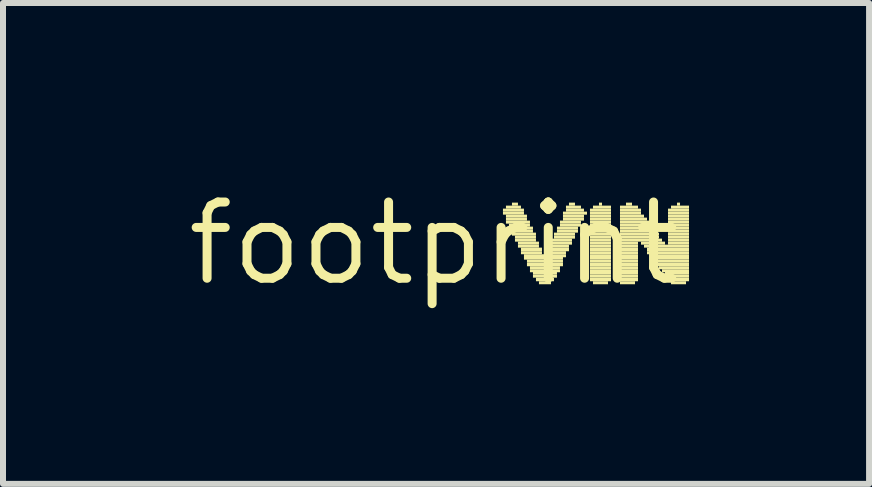
<source format=kicad_pcb>
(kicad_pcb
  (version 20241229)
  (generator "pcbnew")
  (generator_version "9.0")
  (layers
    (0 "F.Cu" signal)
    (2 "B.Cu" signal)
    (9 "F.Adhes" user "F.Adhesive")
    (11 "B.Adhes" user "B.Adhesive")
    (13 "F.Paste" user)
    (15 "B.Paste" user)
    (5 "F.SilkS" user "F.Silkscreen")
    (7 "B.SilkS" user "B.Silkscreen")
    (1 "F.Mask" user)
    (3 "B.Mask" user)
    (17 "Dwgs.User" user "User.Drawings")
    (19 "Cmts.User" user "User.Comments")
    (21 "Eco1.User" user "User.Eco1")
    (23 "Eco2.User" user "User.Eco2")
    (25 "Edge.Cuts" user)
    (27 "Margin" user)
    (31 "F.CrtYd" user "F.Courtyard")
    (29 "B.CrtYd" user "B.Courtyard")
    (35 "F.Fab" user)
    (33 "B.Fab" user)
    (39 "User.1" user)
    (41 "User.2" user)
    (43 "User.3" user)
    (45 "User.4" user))
  (footprint "footprint"
    (layer "F.Cu")
    (at 4.18 1.006)
    (property "Reference" "footprint" (at 0 0 0) (layer "F.SilkS") (effects (font (size 1.27 1.27) (thickness 0.15))))
    (fp_poly (pts (xy 1.15 -0.53) (xy 1.5 -0.53) (xy 1.5 -0.58) (xy 1.15 -0.58)) (stroke (width 0) (type solid)) (fill yes) (layer "F.SilkS"))
    (fp_poly (pts (xy 1.15 -0.48) (xy 1.5 -0.48) (xy 1.5 -0.53) (xy 1.15 -0.53)) (stroke (width 0) (type solid)) (fill yes) (layer "F.SilkS"))
    (fp_poly (pts (xy 1.2 -0.58) (xy 1.45 -0.58) (xy 1.45 -0.63) (xy 1.2 -0.63)) (stroke (width 0) (type solid)) (fill yes) (layer "F.SilkS"))
    (fp_poly (pts (xy 1.2 -0.43) (xy 1.55 -0.43) (xy 1.55 -0.48) (xy 1.2 -0.48)) (stroke (width 0) (type solid)) (fill yes) (layer "F.SilkS"))
    (fp_poly (pts (xy 1.2 -0.38) (xy 1.55 -0.38) (xy 1.55 -0.43) (xy 1.2 -0.43)) (stroke (width 0) (type solid)) (fill yes) (layer "F.SilkS"))
    (fp_poly (pts (xy 1.2 -0.33) (xy 1.6 -0.33) (xy 1.6 -0.38) (xy 1.2 -0.38)) (stroke (width 0) (type solid)) (fill yes) (layer "F.SilkS"))
    (fp_poly (pts (xy 1.25 -0.28) (xy 1.6 -0.28) (xy 1.6 -0.33) (xy 1.25 -0.33)) (stroke (width 0) (type solid)) (fill yes) (layer "F.SilkS"))
    (fp_poly (pts (xy 1.25 -0.23) (xy 1.65 -0.23) (xy 1.65 -0.28) (xy 1.25 -0.28)) (stroke (width 0) (type solid)) (fill yes) (layer "F.SilkS"))
    (fp_poly (pts (xy 1.3 -0.63) (xy 1.4 -0.63) (xy 1.4 -0.68) (xy 1.3 -0.68)) (stroke (width 0) (type solid)) (fill yes) (layer "F.SilkS"))
    (fp_poly (pts (xy 1.3 -0.18) (xy 1.65 -0.18) (xy 1.65 -0.23) (xy 1.3 -0.23)) (stroke (width 0) (type solid)) (fill yes) (layer "F.SilkS"))
    (fp_poly (pts (xy 1.3 -0.13) (xy 1.7 -0.13) (xy 1.7 -0.18) (xy 1.3 -0.18)) (stroke (width 0) (type solid)) (fill yes) (layer "F.SilkS"))
    (fp_poly (pts (xy 1.35 -0.08) (xy 1.7 -0.08) (xy 1.7 -0.13) (xy 1.35 -0.13)) (stroke (width 0) (type solid)) (fill yes) (layer "F.SilkS"))
    (fp_poly (pts (xy 1.35 -0.03) (xy 1.7 -0.03) (xy 1.7 -0.08) (xy 1.35 -0.08)) (stroke (width 0) (type solid)) (fill yes) (layer "F.SilkS"))
    (fp_poly (pts (xy 1.4 0.02) (xy 1.75 0.02) (xy 1.75 -0.03) (xy 1.4 -0.03)) (stroke (width 0) (type solid)) (fill yes) (layer "F.SilkS"))
    (fp_poly (pts (xy 1.4 0.07) (xy 1.75 0.07) (xy 1.75 0.02) (xy 1.4 0.02)) (stroke (width 0) (type solid)) (fill yes) (layer "F.SilkS"))
    (fp_poly (pts (xy 1.45 0.13) (xy 1.8 0.13) (xy 1.8 0.07) (xy 1.45 0.07)) (stroke (width 0) (type solid)) (fill yes) (layer "F.SilkS"))
    (fp_poly (pts (xy 1.45 0.18) (xy 1.8 0.18) (xy 1.8 0.13) (xy 1.45 0.13)) (stroke (width 0) (type solid)) (fill yes) (layer "F.SilkS"))
    (fp_poly (pts (xy 1.5 0.23) (xy 2.2 0.23) (xy 2.2 0.18) (xy 1.5 0.18)) (stroke (width 0) (type solid)) (fill yes) (layer "F.SilkS"))
    (fp_poly (pts (xy 1.5 0.27) (xy 2.15 0.27) (xy 2.15 0.22) (xy 1.5 0.22)) (stroke (width 0) (type solid)) (fill yes) (layer "F.SilkS"))
    (fp_poly (pts (xy 1.55 0.32) (xy 2.15 0.32) (xy 2.15 0.27) (xy 1.55 0.27)) (stroke (width 0) (type solid)) (fill yes) (layer "F.SilkS"))
    (fp_poly (pts (xy 1.55 0.38) (xy 2.15 0.38) (xy 2.15 0.32) (xy 1.55 0.32)) (stroke (width 0) (type solid)) (fill yes) (layer "F.SilkS"))
    (fp_poly (pts (xy 1.6 0.43) (xy 2.1 0.43) (xy 2.1 0.38) (xy 1.6 0.38)) (stroke (width 0) (type solid)) (fill yes) (layer "F.SilkS"))
    (fp_poly (pts (xy 1.6 0.48) (xy 2.1 0.48) (xy 2.1 0.43) (xy 1.6 0.43)) (stroke (width 0) (type solid)) (fill yes) (layer "F.SilkS"))
    (fp_poly (pts (xy 1.65 0.52) (xy 2.05 0.52) (xy 2.05 0.47) (xy 1.65 0.47)) (stroke (width 0) (type solid)) (fill yes) (layer "F.SilkS"))
    (fp_poly (pts (xy 1.65 0.57) (xy 2.05 0.57) (xy 2.05 0.52) (xy 1.65 0.52)) (stroke (width 0) (type solid)) (fill yes) (layer "F.SilkS"))
    (fp_poly (pts (xy 1.7 0.63) (xy 2 0.63) (xy 2 0.57) (xy 1.7 0.57)) (stroke (width 0) (type solid)) (fill yes) (layer "F.SilkS"))
    (fp_poly (pts (xy 1.75 0.68) (xy 1.95 0.68) (xy 1.95 0.63) (xy 1.75 0.63)) (stroke (width 0) (type solid)) (fill yes) (layer "F.SilkS"))
    (fp_poly (pts (xy 1.9 0.07) (xy 2.25 0.07) (xy 2.25 0.02) (xy 1.9 0.02)) (stroke (width 0) (type solid)) (fill yes) (layer "F.SilkS"))
    (fp_poly (pts (xy 1.9 0.13) (xy 2.25 0.13) (xy 2.25 0.07) (xy 1.9 0.07)) (stroke (width 0) (type solid)) (fill yes) (layer "F.SilkS"))
    (fp_poly (pts (xy 1.9 0.18) (xy 2.2 0.18) (xy 2.2 0.13) (xy 1.9 0.13)) (stroke (width 0) (type solid)) (fill yes) (layer "F.SilkS"))
    (fp_poly (pts (xy 1.95 -0.03) (xy 2.3 -0.03) (xy 2.3 -0.08) (xy 1.95 -0.08)) (stroke (width 0) (type solid)) (fill yes) (layer "F.SilkS"))
    (fp_poly (pts (xy 1.95 0.02) (xy 2.3 0.02) (xy 2.3 -0.03) (xy 1.95 -0.03)) (stroke (width 0) (type solid)) (fill yes) (layer "F.SilkS"))
    (fp_poly (pts (xy 2 -0.13) (xy 2.35 -0.13) (xy 2.35 -0.18) (xy 2 -0.18)) (stroke (width 0) (type solid)) (fill yes) (layer "F.SilkS"))
    (fp_poly (pts (xy 2 -0.08) (xy 2.35 -0.08) (xy 2.35 -0.13) (xy 2 -0.13)) (stroke (width 0) (type solid)) (fill yes) (layer "F.SilkS"))
    (fp_poly (pts (xy 2.05 -0.23) (xy 2.4 -0.23) (xy 2.4 -0.28) (xy 2.05 -0.28)) (stroke (width 0) (type solid)) (fill yes) (layer "F.SilkS"))
    (fp_poly (pts (xy 2.05 -0.18) (xy 2.4 -0.18) (xy 2.4 -0.23) (xy 2.05 -0.23)) (stroke (width 0) (type solid)) (fill yes) (layer "F.SilkS"))
    (fp_poly (pts (xy 2.1 -0.33) (xy 2.45 -0.33) (xy 2.45 -0.38) (xy 2.1 -0.38)) (stroke (width 0) (type solid)) (fill yes) (layer "F.SilkS"))
    (fp_poly (pts (xy 2.1 -0.28) (xy 2.45 -0.28) (xy 2.45 -0.33) (xy 2.1 -0.33)) (stroke (width 0) (type solid)) (fill yes) (layer "F.SilkS"))
    (fp_poly (pts (xy 2.15 -0.48) (xy 2.55 -0.48) (xy 2.55 -0.53) (xy 2.15 -0.53)) (stroke (width 0) (type solid)) (fill yes) (layer "F.SilkS"))
    (fp_poly (pts (xy 2.15 -0.43) (xy 2.5 -0.43) (xy 2.5 -0.48) (xy 2.15 -0.48)) (stroke (width 0) (type solid)) (fill yes) (layer "F.SilkS"))
    (fp_poly (pts (xy 2.15 -0.38) (xy 2.5 -0.38) (xy 2.5 -0.43) (xy 2.15 -0.43)) (stroke (width 0) (type solid)) (fill yes) (layer "F.SilkS"))
    (fp_poly (pts (xy 2.2 -0.58) (xy 2.45 -0.58) (xy 2.45 -0.63) (xy 2.2 -0.63)) (stroke (width 0) (type solid)) (fill yes) (layer "F.SilkS"))
    (fp_poly (pts (xy 2.2 -0.53) (xy 2.5 -0.53) (xy 2.5 -0.58) (xy 2.2 -0.58)) (stroke (width 0) (type solid)) (fill yes) (layer "F.SilkS"))
    (fp_poly (pts (xy 2.25 -0.63) (xy 2.35 -0.63) (xy 2.35 -0.68) (xy 2.25 -0.68)) (stroke (width 0) (type solid)) (fill yes) (layer "F.SilkS"))
    (fp_poly (pts (xy 2.6 -0.53) (xy 2.95 -0.53) (xy 2.95 -0.58) (xy 2.6 -0.58)) (stroke (width 0) (type solid)) (fill yes) (layer "F.SilkS"))
    (fp_poly (pts (xy 2.6 -0.48) (xy 2.95 -0.48) (xy 2.95 -0.53) (xy 2.6 -0.53)) (stroke (width 0) (type solid)) (fill yes) (layer "F.SilkS"))
    (fp_poly (pts (xy 2.6 -0.43) (xy 2.95 -0.43) (xy 2.95 -0.48) (xy 2.6 -0.48)) (stroke (width 0) (type solid)) (fill yes) (layer "F.SilkS"))
    (fp_poly (pts (xy 2.6 -0.38) (xy 2.95 -0.38) (xy 2.95 -0.43) (xy 2.6 -0.43)) (stroke (width 0) (type solid)) (fill yes) (layer "F.SilkS"))
    (fp_poly (pts (xy 2.6 -0.33) (xy 2.95 -0.33) (xy 2.95 -0.38) (xy 2.6 -0.38)) (stroke (width 0) (type solid)) (fill yes) (layer "F.SilkS"))
    (fp_poly (pts (xy 2.6 -0.28) (xy 2.95 -0.28) (xy 2.95 -0.33) (xy 2.6 -0.33)) (stroke (width 0) (type solid)) (fill yes) (layer "F.SilkS"))
    (fp_poly (pts (xy 2.6 -0.23) (xy 2.95 -0.23) (xy 2.95 -0.28) (xy 2.6 -0.28)) (stroke (width 0) (type solid)) (fill yes) (layer "F.SilkS"))
    (fp_poly (pts (xy 2.6 -0.18) (xy 2.95 -0.18) (xy 2.95 -0.23) (xy 2.6 -0.23)) (stroke (width 0) (type solid)) (fill yes) (layer "F.SilkS"))
    (fp_poly (pts (xy 2.6 -0.13) (xy 2.95 -0.13) (xy 2.95 -0.18) (xy 2.6 -0.18)) (stroke (width 0) (type solid)) (fill yes) (layer "F.SilkS"))
    (fp_poly (pts (xy 2.6 -0.08) (xy 2.95 -0.08) (xy 2.95 -0.13) (xy 2.6 -0.13)) (stroke (width 0) (type solid)) (fill yes) (layer "F.SilkS"))
    (fp_poly (pts (xy 2.6 -0.03) (xy 2.95 -0.03) (xy 2.95 -0.08) (xy 2.6 -0.08)) (stroke (width 0) (type solid)) (fill yes) (layer "F.SilkS"))
    (fp_poly (pts (xy 2.6 0.02) (xy 2.95 0.02) (xy 2.95 -0.03) (xy 2.6 -0.03)) (stroke (width 0) (type solid)) (fill yes) (layer "F.SilkS"))
    (fp_poly (pts (xy 2.6 0.07) (xy 2.95 0.07) (xy 2.95 0.02) (xy 2.6 0.02)) (stroke (width 0) (type solid)) (fill yes) (layer "F.SilkS"))
    (fp_poly (pts (xy 2.6 0.13) (xy 2.95 0.13) (xy 2.95 0.07) (xy 2.6 0.07)) (stroke (width 0) (type solid)) (fill yes) (layer "F.SilkS"))
    (fp_poly (pts (xy 2.6 0.18) (xy 2.95 0.18) (xy 2.95 0.13) (xy 2.6 0.13)) (stroke (width 0) (type solid)) (fill yes) (layer "F.SilkS"))
    (fp_poly (pts (xy 2.6 0.23) (xy 2.95 0.23) (xy 2.95 0.18) (xy 2.6 0.18)) (stroke (width 0) (type solid)) (fill yes) (layer "F.SilkS"))
    (fp_poly (pts (xy 2.6 0.27) (xy 2.95 0.27) (xy 2.95 0.22) (xy 2.6 0.22)) (stroke (width 0) (type solid)) (fill yes) (layer "F.SilkS"))
    (fp_poly (pts (xy 2.6 0.32) (xy 2.95 0.32) (xy 2.95 0.27) (xy 2.6 0.27)) (stroke (width 0) (type solid)) (fill yes) (layer "F.SilkS"))
    (fp_poly (pts (xy 2.6 0.38) (xy 2.95 0.38) (xy 2.95 0.32) (xy 2.6 0.32)) (stroke (width 0) (type solid)) (fill yes) (layer "F.SilkS"))
    (fp_poly (pts (xy 2.6 0.43) (xy 2.95 0.43) (xy 2.95 0.38) (xy 2.6 0.38)) (stroke (width 0) (type solid)) (fill yes) (layer "F.SilkS"))
    (fp_poly (pts (xy 2.6 0.48) (xy 2.95 0.48) (xy 2.95 0.43) (xy 2.6 0.43)) (stroke (width 0) (type solid)) (fill yes) (layer "F.SilkS"))
    (fp_poly (pts (xy 2.6 0.52) (xy 2.95 0.52) (xy 2.95 0.47) (xy 2.6 0.47)) (stroke (width 0) (type solid)) (fill yes) (layer "F.SilkS"))
    (fp_poly (pts (xy 2.6 0.57) (xy 2.95 0.57) (xy 2.95 0.52) (xy 2.6 0.52)) (stroke (width 0) (type solid)) (fill yes) (layer "F.SilkS"))
    (fp_poly (pts (xy 2.6 0.63) (xy 2.95 0.63) (xy 2.95 0.57) (xy 2.6 0.57)) (stroke (width 0) (type solid)) (fill yes) (layer "F.SilkS"))
    (fp_poly (pts (xy 2.65 -0.58) (xy 2.95 -0.58) (xy 2.95 -0.63) (xy 2.65 -0.63)) (stroke (width 0) (type solid)) (fill yes) (layer "F.SilkS"))
    (fp_poly (pts (xy 2.65 0.68) (xy 2.9 0.68) (xy 2.9 0.63) (xy 2.65 0.63)) (stroke (width 0) (type solid)) (fill yes) (layer "F.SilkS"))
    (fp_poly (pts (xy 2.75 -0.63) (xy 2.8 -0.63) (xy 2.8 -0.68) (xy 2.75 -0.68)) (stroke (width 0) (type solid)) (fill yes) (layer "F.SilkS"))
    (fp_poly (pts (xy 3.1 -0.58) (xy 3.4 -0.58) (xy 3.4 -0.63) (xy 3.1 -0.63)) (stroke (width 0) (type solid)) (fill yes) (layer "F.SilkS"))
    (fp_poly (pts (xy 3.1 -0.53) (xy 3.45 -0.53) (xy 3.45 -0.58) (xy 3.1 -0.58)) (stroke (width 0) (type solid)) (fill yes) (layer "F.SilkS"))
    (fp_poly (pts (xy 3.1 -0.48) (xy 3.45 -0.48) (xy 3.45 -0.53) (xy 3.1 -0.53)) (stroke (width 0) (type solid)) (fill yes) (layer "F.SilkS"))
    (fp_poly (pts (xy 3.1 -0.43) (xy 3.5 -0.43) (xy 3.5 -0.48) (xy 3.1 -0.48)) (stroke (width 0) (type solid)) (fill yes) (layer "F.SilkS"))
    (fp_poly (pts (xy 3.1 -0.38) (xy 3.55 -0.38) (xy 3.55 -0.43) (xy 3.1 -0.43)) (stroke (width 0) (type solid)) (fill yes) (layer "F.SilkS"))
    (fp_poly (pts (xy 3.1 -0.33) (xy 3.6 -0.33) (xy 3.6 -0.38) (xy 3.1 -0.38)) (stroke (width 0) (type solid)) (fill yes) (layer "F.SilkS"))
    (fp_poly (pts (xy 3.1 -0.28) (xy 3.6 -0.28) (xy 3.6 -0.33) (xy 3.1 -0.33)) (stroke (width 0) (type solid)) (fill yes) (layer "F.SilkS"))
    (fp_poly (pts (xy 3.1 -0.23) (xy 3.65 -0.23) (xy 3.65 -0.28) (xy 3.1 -0.28)) (stroke (width 0) (type solid)) (fill yes) (layer "F.SilkS"))
    (fp_poly (pts (xy 3.1 -0.18) (xy 3.7 -0.18) (xy 3.7 -0.23) (xy 3.1 -0.23)) (stroke (width 0) (type solid)) (fill yes) (layer "F.SilkS"))
    (fp_poly (pts (xy 3.1 -0.13) (xy 3.75 -0.13) (xy 3.75 -0.18) (xy 3.1 -0.18)) (stroke (width 0) (type solid)) (fill yes) (layer "F.SilkS"))
    (fp_poly (pts (xy 3.1 -0.08) (xy 3.75 -0.08) (xy 3.75 -0.13) (xy 3.1 -0.13)) (stroke (width 0) (type solid)) (fill yes) (layer "F.SilkS"))
    (fp_poly (pts (xy 3.1 -0.03) (xy 3.8 -0.03) (xy 3.8 -0.08) (xy 3.1 -0.08)) (stroke (width 0) (type solid)) (fill yes) (layer "F.SilkS"))
    (fp_poly (pts (xy 3.1 0.02) (xy 3.4 0.02) (xy 3.4 -0.03) (xy 3.1 -0.03)) (stroke (width 0) (type solid)) (fill yes) (layer "F.SilkS"))
    (fp_poly (pts (xy 3.1 0.07) (xy 3.4 0.07) (xy 3.4 0.02) (xy 3.1 0.02)) (stroke (width 0) (type solid)) (fill yes) (layer "F.SilkS"))
    (fp_poly (pts (xy 3.1 0.13) (xy 3.4 0.13) (xy 3.4 0.07) (xy 3.1 0.07)) (stroke (width 0) (type solid)) (fill yes) (layer "F.SilkS"))
    (fp_poly (pts (xy 3.1 0.18) (xy 3.4 0.18) (xy 3.4 0.13) (xy 3.1 0.13)) (stroke (width 0) (type solid)) (fill yes) (layer "F.SilkS"))
    (fp_poly (pts (xy 3.1 0.23) (xy 3.4 0.23) (xy 3.4 0.18) (xy 3.1 0.18)) (stroke (width 0) (type solid)) (fill yes) (layer "F.SilkS"))
    (fp_poly (pts (xy 3.1 0.27) (xy 3.4 0.27) (xy 3.4 0.22) (xy 3.1 0.22)) (stroke (width 0) (type solid)) (fill yes) (layer "F.SilkS"))
    (fp_poly (pts (xy 3.1 0.32) (xy 3.4 0.32) (xy 3.4 0.27) (xy 3.1 0.27)) (stroke (width 0) (type solid)) (fill yes) (layer "F.SilkS"))
    (fp_poly (pts (xy 3.1 0.38) (xy 3.4 0.38) (xy 3.4 0.32) (xy 3.1 0.32)) (stroke (width 0) (type solid)) (fill yes) (layer "F.SilkS"))
    (fp_poly (pts (xy 3.1 0.43) (xy 3.4 0.43) (xy 3.4 0.38) (xy 3.1 0.38)) (stroke (width 0) (type solid)) (fill yes) (layer "F.SilkS"))
    (fp_poly (pts (xy 3.1 0.48) (xy 3.4 0.48) (xy 3.4 0.43) (xy 3.1 0.43)) (stroke (width 0) (type solid)) (fill yes) (layer "F.SilkS"))
    (fp_poly (pts (xy 3.1 0.52) (xy 3.4 0.52) (xy 3.4 0.47) (xy 3.1 0.47)) (stroke (width 0) (type solid)) (fill yes) (layer "F.SilkS"))
    (fp_poly (pts (xy 3.1 0.57) (xy 3.4 0.57) (xy 3.4 0.52) (xy 3.1 0.52)) (stroke (width 0) (type solid)) (fill yes) (layer "F.SilkS"))
    (fp_poly (pts (xy 3.1 0.63) (xy 3.4 0.63) (xy 3.4 0.57) (xy 3.1 0.57)) (stroke (width 0) (type solid)) (fill yes) (layer "F.SilkS"))
    (fp_poly (pts (xy 3.1 0.68) (xy 3.35 0.68) (xy 3.35 0.63) (xy 3.1 0.63)) (stroke (width 0) (type solid)) (fill yes) (layer "F.SilkS"))
    (fp_poly (pts (xy 3.2 -0.63) (xy 3.3 -0.63) (xy 3.3 -0.68) (xy 3.2 -0.68)) (stroke (width 0) (type solid)) (fill yes) (layer "F.SilkS"))
    (fp_poly (pts (xy 3.45 0.02) (xy 3.85 0.02) (xy 3.85 -0.03) (xy 3.45 -0.03)) (stroke (width 0) (type solid)) (fill yes) (layer "F.SilkS"))
    (fp_poly (pts (xy 3.5 0.07) (xy 4.25 0.07) (xy 4.25 0.02) (xy 3.5 0.02)) (stroke (width 0) (type solid)) (fill yes) (layer "F.SilkS"))
    (fp_poly (pts (xy 3.55 0.13) (xy 4.25 0.13) (xy 4.25 0.07) (xy 3.55 0.07)) (stroke (width 0) (type solid)) (fill yes) (layer "F.SilkS"))
    (fp_poly (pts (xy 3.55 0.18) (xy 4.25 0.18) (xy 4.25 0.13) (xy 3.55 0.13)) (stroke (width 0) (type solid)) (fill yes) (layer "F.SilkS"))
    (fp_poly (pts (xy 3.6 0.23) (xy 4.25 0.23) (xy 4.25 0.18) (xy 3.6 0.18)) (stroke (width 0) (type solid)) (fill yes) (layer "F.SilkS"))
    (fp_poly (pts (xy 3.65 0.27) (xy 4.25 0.27) (xy 4.25 0.22) (xy 3.65 0.22)) (stroke (width 0) (type solid)) (fill yes) (layer "F.SilkS"))
    (fp_poly (pts (xy 3.7 0.32) (xy 4.25 0.32) (xy 4.25 0.27) (xy 3.7 0.27)) (stroke (width 0) (type solid)) (fill yes) (layer "F.SilkS"))
    (fp_poly (pts (xy 3.7 0.38) (xy 4.25 0.38) (xy 4.25 0.32) (xy 3.7 0.32)) (stroke (width 0) (type solid)) (fill yes) (layer "F.SilkS"))
    (fp_poly (pts (xy 3.75 0.43) (xy 4.25 0.43) (xy 4.25 0.38) (xy 3.75 0.38)) (stroke (width 0) (type solid)) (fill yes) (layer "F.SilkS"))
    (fp_poly (pts (xy 3.8 0.48) (xy 4.25 0.48) (xy 4.25 0.43) (xy 3.8 0.43)) (stroke (width 0) (type solid)) (fill yes) (layer "F.SilkS"))
    (fp_poly (pts (xy 3.85 0.52) (xy 4.25 0.52) (xy 4.25 0.47) (xy 3.85 0.47)) (stroke (width 0) (type solid)) (fill yes) (layer "F.SilkS"))
    (fp_poly (pts (xy 3.85 0.57) (xy 4.25 0.57) (xy 4.25 0.52) (xy 3.85 0.52)) (stroke (width 0) (type solid)) (fill yes) (layer "F.SilkS"))
    (fp_poly (pts (xy 3.9 -0.53) (xy 4.25 -0.53) (xy 4.25 -0.58) (xy 3.9 -0.58)) (stroke (width 0) (type solid)) (fill yes) (layer "F.SilkS"))
    (fp_poly (pts (xy 3.9 -0.48) (xy 4.25 -0.48) (xy 4.25 -0.53) (xy 3.9 -0.53)) (stroke (width 0) (type solid)) (fill yes) (layer "F.SilkS"))
    (fp_poly (pts (xy 3.9 -0.43) (xy 4.25 -0.43) (xy 4.25 -0.48) (xy 3.9 -0.48)) (stroke (width 0) (type solid)) (fill yes) (layer "F.SilkS"))
    (fp_poly (pts (xy 3.9 -0.38) (xy 4.25 -0.38) (xy 4.25 -0.43) (xy 3.9 -0.43)) (stroke (width 0) (type solid)) (fill yes) (layer "F.SilkS"))
    (fp_poly (pts (xy 3.9 -0.33) (xy 4.25 -0.33) (xy 4.25 -0.38) (xy 3.9 -0.38)) (stroke (width 0) (type solid)) (fill yes) (layer "F.SilkS"))
    (fp_poly (pts (xy 3.9 -0.28) (xy 4.25 -0.28) (xy 4.25 -0.33) (xy 3.9 -0.33)) (stroke (width 0) (type solid)) (fill yes) (layer "F.SilkS"))
    (fp_poly (pts (xy 3.9 -0.23) (xy 4.25 -0.23) (xy 4.25 -0.28) (xy 3.9 -0.28)) (stroke (width 0) (type solid)) (fill yes) (layer "F.SilkS"))
    (fp_poly (pts (xy 3.9 -0.18) (xy 4.25 -0.18) (xy 4.25 -0.23) (xy 3.9 -0.23)) (stroke (width 0) (type solid)) (fill yes) (layer "F.SilkS"))
    (fp_poly (pts (xy 3.9 -0.13) (xy 4.25 -0.13) (xy 4.25 -0.18) (xy 3.9 -0.18)) (stroke (width 0) (type solid)) (fill yes) (layer "F.SilkS"))
    (fp_poly (pts (xy 3.9 -0.08) (xy 4.25 -0.08) (xy 4.25 -0.13) (xy 3.9 -0.13)) (stroke (width 0) (type solid)) (fill yes) (layer "F.SilkS"))
    (fp_poly (pts (xy 3.9 -0.03) (xy 4.25 -0.03) (xy 4.25 -0.08) (xy 3.9 -0.08)) (stroke (width 0) (type solid)) (fill yes) (layer "F.SilkS"))
    (fp_poly (pts (xy 3.9 0.02) (xy 4.25 0.02) (xy 4.25 -0.03) (xy 3.9 -0.03)) (stroke (width 0) (type solid)) (fill yes) (layer "F.SilkS"))
    (fp_poly (pts (xy 3.9 0.63) (xy 4.25 0.63) (xy 4.25 0.57) (xy 3.9 0.57)) (stroke (width 0) (type solid)) (fill yes) (layer "F.SilkS"))
    (fp_poly (pts (xy 3.95 -0.58) (xy 4.25 -0.58) (xy 4.25 -0.63) (xy 3.95 -0.63)) (stroke (width 0) (type solid)) (fill yes) (layer "F.SilkS"))
    (fp_poly (pts (xy 3.95 0.68) (xy 4.2 0.68) (xy 4.2 0.63) (xy 3.95 0.63)) (stroke (width 0) (type solid)) (fill yes) (layer "F.SilkS"))
    (fp_poly (pts (xy 4.05 -0.63) (xy 4.1 -0.63) (xy 4.1 -0.68) (xy 4.05 -0.68)) (stroke (width 0) (type solid)) (fill yes) (layer "F.SilkS")))
  (gr_rect
    (start -3 -3)
    (end 11.43 5.012)
    (stroke (width 0.1) (type default))
    (fill no)
    (layer "Edge.Cuts")))
</source>
